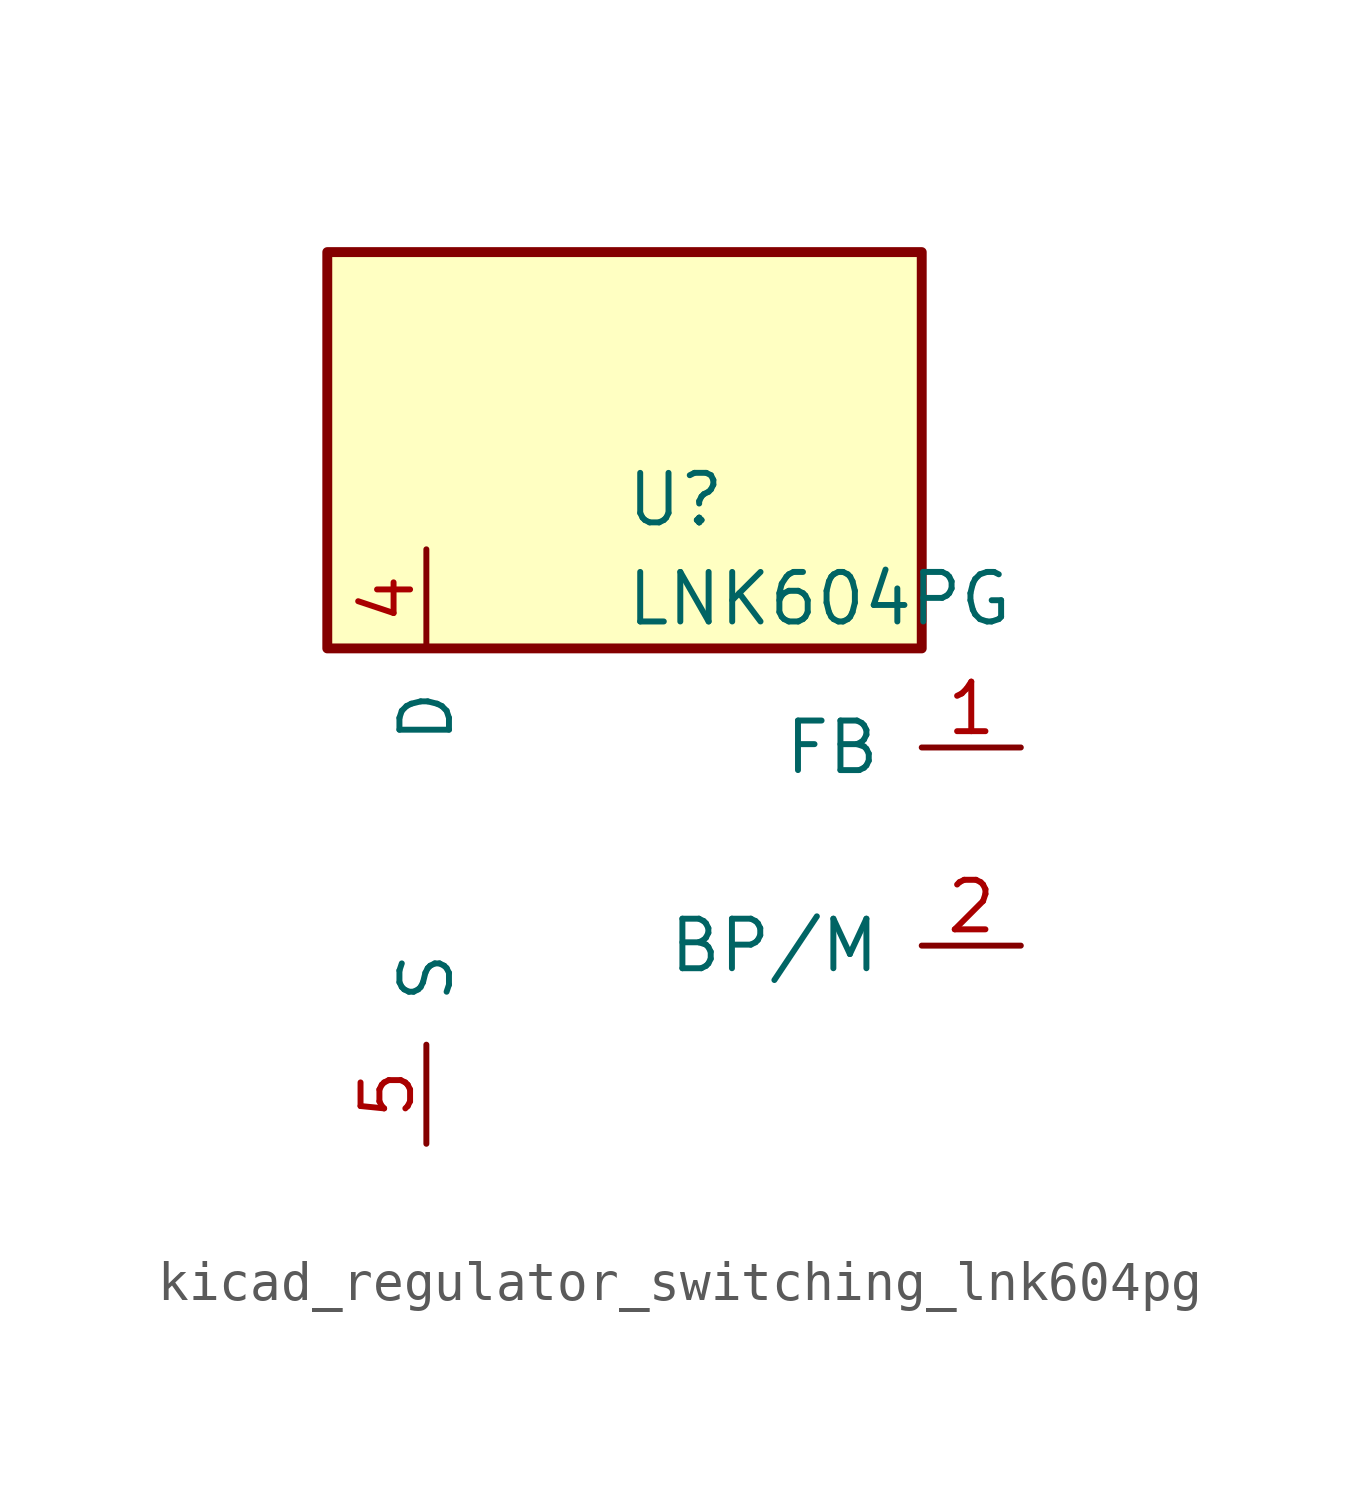
<source format=kicad_sym>
(kicad_symbol_lib
  (version 20220914)
  (generator kicad_symbol_editor)
  (symbol "kicad_regulator_switching_lnk604pg"
    (pin_names
      (offset 1.016))
    (property "Reference" "U"
      (at 0 8.89 0)
      (effects (font (size 1.27 1.27)) (justify left)))
    (property "Value" "LNK604PG"
      (at 0 6.35 0)
      (effects (font (size 1.27 1.27)) (justify left)))
    (symbol "kicad_regulator_switching_lnk604pg_0_1"
      (rectangle (start 7.62 15.24) (end -7.62 5.08) (stroke (width 0.254) (type default)) (fill (type background))))
    (symbol "kicad_regulator_switching_lnk604pg_1_1"
      (pin input line (at 10.16 2.54 180) (length 2.54) (name "FB" (effects (font (size 1.27 1.27)))) (number "1" (effects (font (size 1.27 1.27)))))
      (pin input line (at 10.16 -2.54 180) (length 2.54) (name "BP/M" (effects (font (size 1.27 1.27)))) (number "2" (effects (font (size 1.27 1.27)))))
      (pin open_collector line (at -5.08 7.62 270) (length 2.54) (name "D" (effects (font (size 1.27 1.27)))) (number "4" (effects (font (size 1.27 1.27)))))
      (pin power_in line (at -5.08 -7.62 90) (length 2.54) (name "S" (effects (font (size 1.27 1.27)))) (number "5" (effects (font (size 1.27 1.27)))))
      (pin passive line (at -5.08 -7.62 90) (length 2.54) hide (name "S" (effects (font (size 1.27 1.27)))) (number "6" (effects (font (size 1.27 1.27)))))
      (pin passive line (at -5.08 -7.62 90) (length 2.54) hide (name "S" (effects (font (size 1.27 1.27)))) (number "7" (effects (font (size 1.27 1.27)))))
      (pin passive line (at -5.08 -7.62 90) (length 2.54) hide (name "S" (effects (font (size 1.27 1.27)))) (number "8" (effects (font (size 1.27 1.27))))))))
</source>
